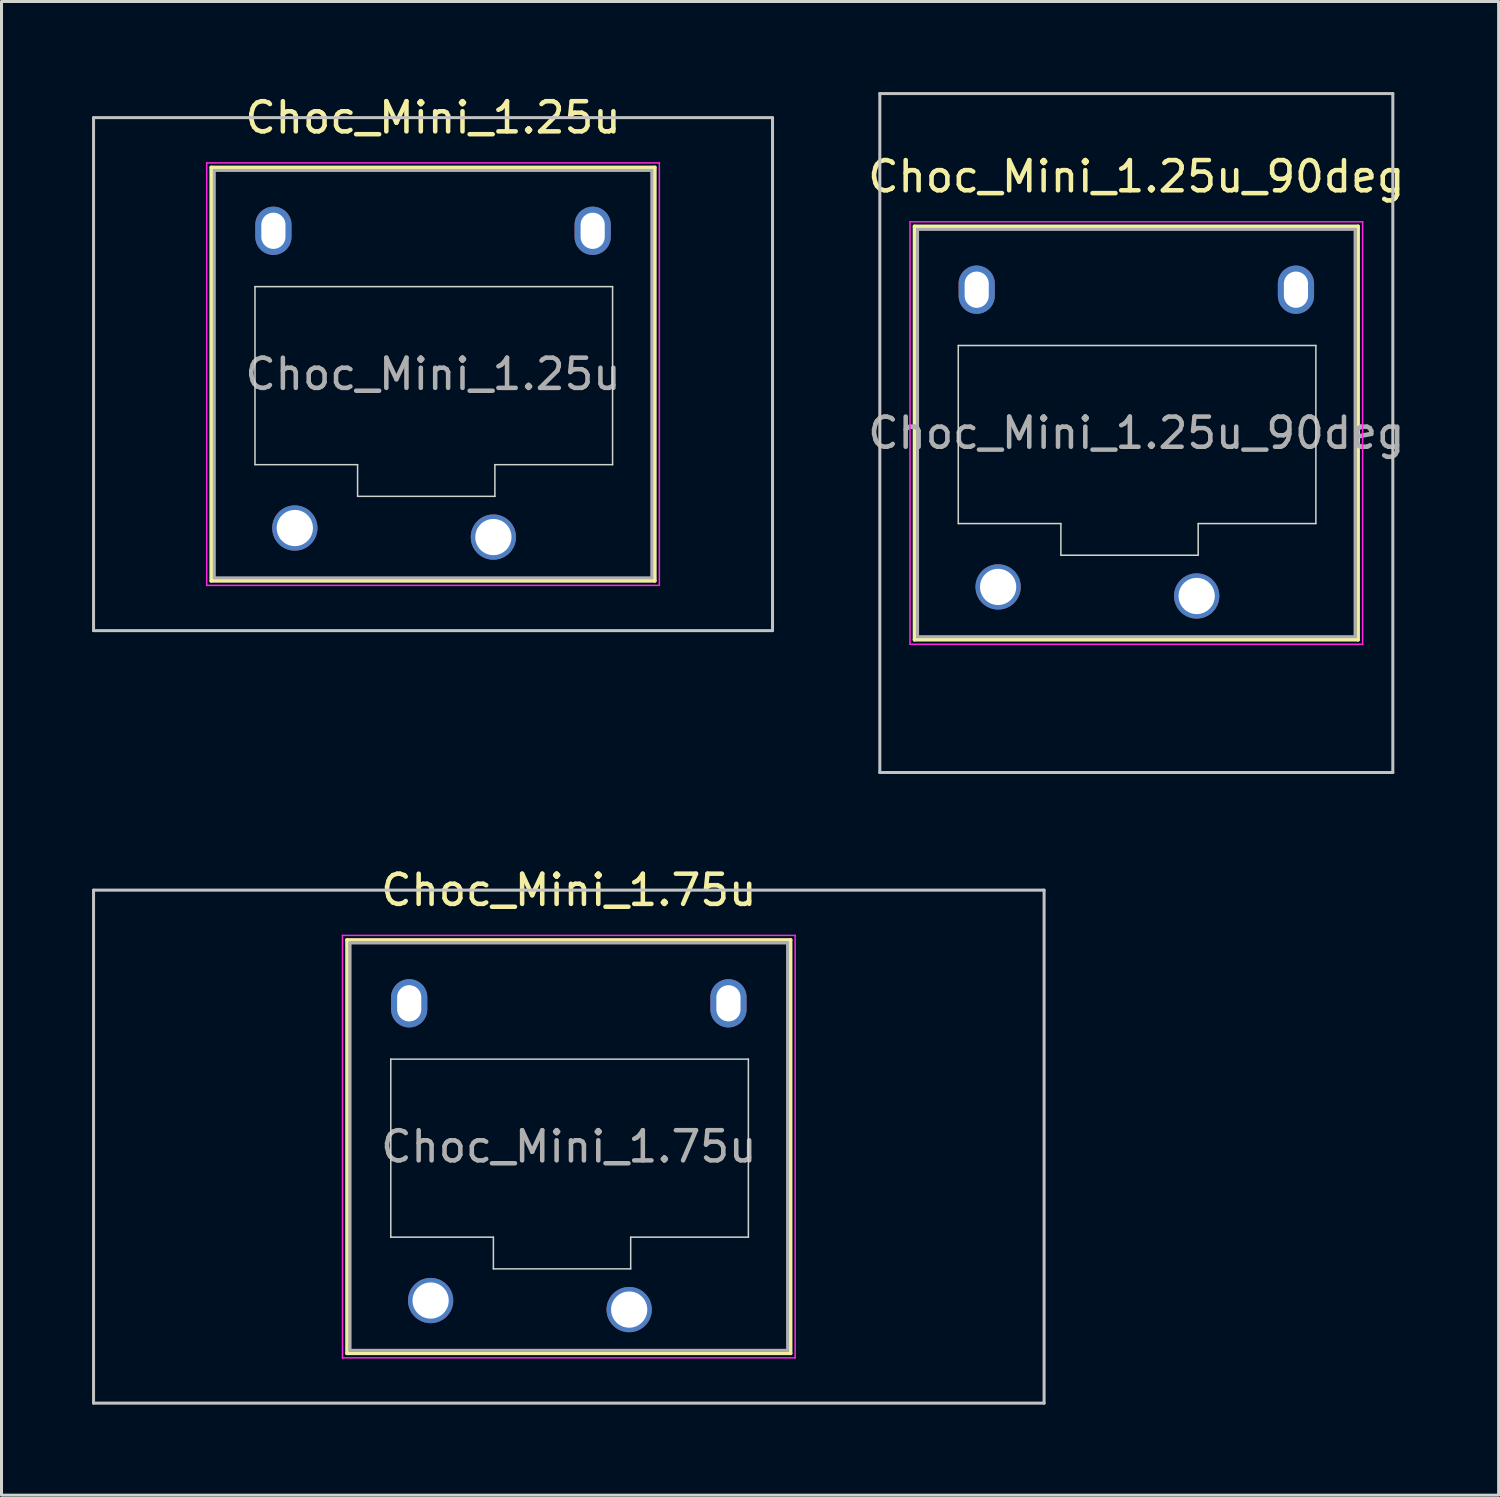
<source format=kicad_pcb>
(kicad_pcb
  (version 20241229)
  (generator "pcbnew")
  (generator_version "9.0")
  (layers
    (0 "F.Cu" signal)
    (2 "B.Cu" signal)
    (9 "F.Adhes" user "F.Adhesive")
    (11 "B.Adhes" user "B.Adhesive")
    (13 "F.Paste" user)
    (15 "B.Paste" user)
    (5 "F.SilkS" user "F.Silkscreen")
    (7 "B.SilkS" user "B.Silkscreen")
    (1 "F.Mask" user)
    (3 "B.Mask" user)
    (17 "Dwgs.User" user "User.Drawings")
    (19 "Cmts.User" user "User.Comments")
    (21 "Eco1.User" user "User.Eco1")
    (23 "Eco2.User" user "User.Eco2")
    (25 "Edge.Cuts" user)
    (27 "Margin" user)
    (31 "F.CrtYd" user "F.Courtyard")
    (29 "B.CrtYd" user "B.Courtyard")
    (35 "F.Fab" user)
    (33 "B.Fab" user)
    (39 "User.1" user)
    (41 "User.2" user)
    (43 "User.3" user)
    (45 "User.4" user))
  (footprint "Choc_Mini_1.25u_90deg"
    (layer "F.Cu")
    (at 34.606 11.3)
    (property "Reference" "Choc_Mini_1.25u_90deg" (at 0 -8.5 0) (layer "F.SilkS") (effects (font (size 1 1) (thickness 0.15))))
    (attr through_hole)
    (fp_line (start -7.35 -6.85) (end -7.35 6.85) (stroke (width 0.12) (type solid)) (layer "F.SilkS"))
    (fp_line (start -7.35 6.85) (end 7.35 6.85) (stroke (width 0.12) (type solid)) (layer "F.SilkS"))
    (fp_line (start 7.35 -6.85) (end -7.35 -6.85) (stroke (width 0.12) (type solid)) (layer "F.SilkS"))
    (fp_line (start 7.35 6.85) (end 7.35 -6.85) (stroke (width 0.12) (type solid)) (layer "F.SilkS"))
    (fp_line (start -8.5 -11.25) (end 8.5 -11.25) (stroke (width 0.1) (type solid)) (layer "Dwgs.User"))
    (fp_line (start -8.5 11.25) (end -8.5 -11.25) (stroke (width 0.1) (type solid)) (layer "Dwgs.User"))
    (fp_line (start 8.5 -11.25) (end 8.5 11.25) (stroke (width 0.1) (type solid)) (layer "Dwgs.User"))
    (fp_line (start 8.5 11.25) (end -8.5 11.25) (stroke (width 0.1) (type solid)) (layer "Dwgs.User"))
    (fp_line (start -6.85 -6.35) (end -6.85 6.35) (stroke (width 0.1) (type solid)) (layer "Eco1.User"))
    (fp_line (start -6.85 6.35) (end 6.85 6.35) (stroke (width 0.1) (type solid)) (layer "Eco1.User"))
    (fp_line (start 6.85 -6.35) (end -6.85 -6.35) (stroke (width 0.1) (type solid)) (layer "Eco1.User"))
    (fp_line (start 6.85 6.35) (end 6.85 -6.35) (stroke (width 0.1) (type solid)) (layer "Eco1.User"))
    (fp_line (start -5.9 -2.9) (end -5.9 3) (stroke (width 0.05) (type solid)) (layer "Edge.Cuts"))
    (fp_line (start -5.9 3) (end -2.5 3) (stroke (width 0.05) (type solid)) (layer "Edge.Cuts"))
    (fp_line (start -2.5 3) (end -2.5 4.05) (stroke (width 0.05) (type solid)) (layer "Edge.Cuts"))
    (fp_line (start -2.5 4.05) (end 2.05 4.05) (stroke (width 0.05) (type solid)) (layer "Edge.Cuts"))
    (fp_line (start 2.05 3) (end 5.95 3) (stroke (width 0.05) (type solid)) (layer "Edge.Cuts"))
    (fp_line (start 2.05 4.05) (end 2.05 3) (stroke (width 0.05) (type solid)) (layer "Edge.Cuts"))
    (fp_line (start 5.95 -2.9) (end -5.9 -2.9) (stroke (width 0.05) (type solid)) (layer "Edge.Cuts"))
    (fp_line (start 5.95 3) (end 5.95 -2.9) (stroke (width 0.05) (type solid)) (layer "Edge.Cuts"))
    (fp_line (start -7.5 -7) (end -7.5 7) (stroke (width 0.05) (type solid)) (layer "F.CrtYd"))
    (fp_line (start -7.5 7) (end 7.5 7) (stroke (width 0.05) (type solid)) (layer "F.CrtYd"))
    (fp_line (start 7.5 -7) (end -7.5 -7) (stroke (width 0.05) (type solid)) (layer "F.CrtYd"))
    (fp_line (start 7.5 7) (end 7.5 -7) (stroke (width 0.05) (type solid)) (layer "F.CrtYd"))
    (fp_line (start -7.25 -6.75) (end -7.25 6.75) (stroke (width 0.1) (type solid)) (layer "F.Fab"))
    (fp_line (start -7.25 6.75) (end 7.25 6.75) (stroke (width 0.1) (type solid)) (layer "F.Fab"))
    (fp_line (start 7.25 -6.75) (end -7.25 -6.75) (stroke (width 0.1) (type solid)) (layer "F.Fab"))
    (fp_line (start 7.25 6.75) (end 7.25 -6.75) (stroke (width 0.1) (type solid)) (layer "F.Fab"))
    (fp_text user "${REFERENCE}" (at 0 0 0) (layer "F.Fab") (effects (font (size 1 1) (thickness 0.15))))
    (pad "" np_thru_hole oval (at -5.29 -4.75) (size 1.2 1.6) (drill oval 0.8 1.2) (layers "*.Cu" "*.Mask"))
    (pad "" np_thru_hole oval (at 5.29 -4.75) (size 1.2 1.6) (drill oval 0.8 1.2) (layers "*.Cu" "*.Mask"))
    (pad "1" thru_hole circle (at 2 5.4) (size 1.5 1.5) (drill 1.2) (layers "*.Cu" "*.Mask"))
    (pad "2" thru_hole circle (at -4.58 5.1) (size 1.5 1.5) (drill 1.2) (layers "*.Cu" "*.Mask")))
  (footprint "Choc_Mini_1.75u"
    (layer "F.Cu")
    (at 15.8 34.948)
    (property "Reference" "Choc_Mini_1.75u" (at 0 -8.5 0) (layer "F.SilkS") (effects (font (size 1 1) (thickness 0.15))))
    (attr through_hole)
    (fp_line (start -7.35 -6.85) (end -7.35 6.85) (stroke (width 0.12) (type solid)) (layer "F.SilkS"))
    (fp_line (start -7.35 6.85) (end 7.35 6.85) (stroke (width 0.12) (type solid)) (layer "F.SilkS"))
    (fp_line (start 7.35 -6.85) (end -7.35 -6.85) (stroke (width 0.12) (type solid)) (layer "F.SilkS"))
    (fp_line (start 7.35 6.85) (end 7.35 -6.85) (stroke (width 0.12) (type solid)) (layer "F.SilkS"))
    (fp_line (start -15.75 -8.5) (end -15.75 8.5) (stroke (width 0.1) (type solid)) (layer "Dwgs.User"))
    (fp_line (start -15.75 8.5) (end 15.75 8.5) (stroke (width 0.1) (type solid)) (layer "Dwgs.User"))
    (fp_line (start 15.75 -8.5) (end -15.75 -8.5) (stroke (width 0.1) (type solid)) (layer "Dwgs.User"))
    (fp_line (start 15.75 8.5) (end 15.75 -8.5) (stroke (width 0.1) (type solid)) (layer "Dwgs.User"))
    (fp_line (start -6.85 -6.35) (end -6.85 6.35) (stroke (width 0.1) (type solid)) (layer "Eco1.User"))
    (fp_line (start -6.85 6.35) (end 6.85 6.35) (stroke (width 0.1) (type solid)) (layer "Eco1.User"))
    (fp_line (start 6.85 -6.35) (end -6.85 -6.35) (stroke (width 0.1) (type solid)) (layer "Eco1.User"))
    (fp_line (start 6.85 6.35) (end 6.85 -6.35) (stroke (width 0.1) (type solid)) (layer "Eco1.User"))
    (fp_line (start -5.9 -2.9) (end -5.9 3) (stroke (width 0.05) (type solid)) (layer "Edge.Cuts"))
    (fp_line (start -5.9 3) (end -2.5 3) (stroke (width 0.05) (type solid)) (layer "Edge.Cuts"))
    (fp_line (start -2.5 3) (end -2.5 4.05) (stroke (width 0.05) (type solid)) (layer "Edge.Cuts"))
    (fp_line (start -2.5 4.05) (end 2.05 4.05) (stroke (width 0.05) (type solid)) (layer "Edge.Cuts"))
    (fp_line (start 2.05 3) (end 5.95 3) (stroke (width 0.05) (type solid)) (layer "Edge.Cuts"))
    (fp_line (start 2.05 4.05) (end 2.05 3) (stroke (width 0.05) (type solid)) (layer "Edge.Cuts"))
    (fp_line (start 5.95 -2.9) (end -5.9 -2.9) (stroke (width 0.05) (type solid)) (layer "Edge.Cuts"))
    (fp_line (start 5.95 3) (end 5.95 -2.9) (stroke (width 0.05) (type solid)) (layer "Edge.Cuts"))
    (fp_line (start -7.5 -7) (end -7.5 7) (stroke (width 0.05) (type solid)) (layer "F.CrtYd"))
    (fp_line (start -7.5 7) (end 7.5 7) (stroke (width 0.05) (type solid)) (layer "F.CrtYd"))
    (fp_line (start 7.5 -7) (end -7.5 -7) (stroke (width 0.05) (type solid)) (layer "F.CrtYd"))
    (fp_line (start 7.5 7) (end 7.5 -7) (stroke (width 0.05) (type solid)) (layer "F.CrtYd"))
    (fp_line (start -7.25 -6.75) (end -7.25 6.75) (stroke (width 0.1) (type solid)) (layer "F.Fab"))
    (fp_line (start -7.25 6.75) (end 7.25 6.75) (stroke (width 0.1) (type solid)) (layer "F.Fab"))
    (fp_line (start 7.25 -6.75) (end -7.25 -6.75) (stroke (width 0.1) (type solid)) (layer "F.Fab"))
    (fp_line (start 7.25 6.75) (end 7.25 -6.75) (stroke (width 0.1) (type solid)) (layer "F.Fab"))
    (fp_text user "${REFERENCE}" (at 0 0 0) (layer "F.Fab") (effects (font (size 1 1) (thickness 0.15))))
    (pad "" np_thru_hole oval (at -5.29 -4.75) (size 1.2 1.6) (drill oval 0.8 1.2) (layers "*.Cu" "*.Mask"))
    (pad "" np_thru_hole oval (at 5.29 -4.75) (size 1.2 1.6) (drill oval 0.8 1.2) (layers "*.Cu" "*.Mask"))
    (pad "1" thru_hole circle (at 2 5.4) (size 1.5 1.5) (drill 1.2) (layers "*.Cu" "*.Mask"))
    (pad "2" thru_hole circle (at -4.58 5.1) (size 1.5 1.5) (drill 1.2) (layers "*.Cu" "*.Mask")))
  (footprint "Choc_Mini_1.25u"
    (layer "F.Cu")
    (at 11.3 9.348)
    (property "Reference" "Choc_Mini_1.25u" (at 0 -8.5 0) (layer "F.SilkS") (effects (font (size 1 1) (thickness 0.15))))
    (attr through_hole)
    (fp_line (start -7.35 -6.85) (end -7.35 6.85) (stroke (width 0.12) (type solid)) (layer "F.SilkS"))
    (fp_line (start -7.35 6.85) (end 7.35 6.85) (stroke (width 0.12) (type solid)) (layer "F.SilkS"))
    (fp_line (start 7.35 -6.85) (end -7.35 -6.85) (stroke (width 0.12) (type solid)) (layer "F.SilkS"))
    (fp_line (start 7.35 6.85) (end 7.35 -6.85) (stroke (width 0.12) (type solid)) (layer "F.SilkS"))
    (fp_line (start -11.25 -8.5) (end -11.25 8.5) (stroke (width 0.1) (type solid)) (layer "Dwgs.User"))
    (fp_line (start -11.25 8.5) (end 11.25 8.5) (stroke (width 0.1) (type solid)) (layer "Dwgs.User"))
    (fp_line (start 11.25 -8.5) (end -11.25 -8.5) (stroke (width 0.1) (type solid)) (layer "Dwgs.User"))
    (fp_line (start 11.25 8.5) (end 11.25 -8.5) (stroke (width 0.1) (type solid)) (layer "Dwgs.User"))
    (fp_line (start -6.85 -6.35) (end -6.85 6.35) (stroke (width 0.1) (type solid)) (layer "Eco1.User"))
    (fp_line (start -6.85 6.35) (end 6.85 6.35) (stroke (width 0.1) (type solid)) (layer "Eco1.User"))
    (fp_line (start 6.85 -6.35) (end -6.85 -6.35) (stroke (width 0.1) (type solid)) (layer "Eco1.User"))
    (fp_line (start 6.85 6.35) (end 6.85 -6.35) (stroke (width 0.1) (type solid)) (layer "Eco1.User"))
    (fp_line (start -5.9 -2.9) (end -5.9 3) (stroke (width 0.05) (type solid)) (layer "Edge.Cuts"))
    (fp_line (start -5.9 3) (end -2.5 3) (stroke (width 0.05) (type solid)) (layer "Edge.Cuts"))
    (fp_line (start -2.5 3) (end -2.5 4.05) (stroke (width 0.05) (type solid)) (layer "Edge.Cuts"))
    (fp_line (start -2.5 4.05) (end 2.05 4.05) (stroke (width 0.05) (type solid)) (layer "Edge.Cuts"))
    (fp_line (start 2.05 3) (end 5.95 3) (stroke (width 0.05) (type solid)) (layer "Edge.Cuts"))
    (fp_line (start 2.05 4.05) (end 2.05 3) (stroke (width 0.05) (type solid)) (layer "Edge.Cuts"))
    (fp_line (start 5.95 -2.9) (end -5.9 -2.9) (stroke (width 0.05) (type solid)) (layer "Edge.Cuts"))
    (fp_line (start 5.95 3) (end 5.95 -2.9) (stroke (width 0.05) (type solid)) (layer "Edge.Cuts"))
    (fp_line (start -7.5 -7) (end -7.5 7) (stroke (width 0.05) (type solid)) (layer "F.CrtYd"))
    (fp_line (start -7.5 7) (end 7.5 7) (stroke (width 0.05) (type solid)) (layer "F.CrtYd"))
    (fp_line (start 7.5 -7) (end -7.5 -7) (stroke (width 0.05) (type solid)) (layer "F.CrtYd"))
    (fp_line (start 7.5 7) (end 7.5 -7) (stroke (width 0.05) (type solid)) (layer "F.CrtYd"))
    (fp_line (start -7.25 -6.75) (end -7.25 6.75) (stroke (width 0.1) (type solid)) (layer "F.Fab"))
    (fp_line (start -7.25 6.75) (end 7.25 6.75) (stroke (width 0.1) (type solid)) (layer "F.Fab"))
    (fp_line (start 7.25 -6.75) (end -7.25 -6.75) (stroke (width 0.1) (type solid)) (layer "F.Fab"))
    (fp_line (start 7.25 6.75) (end 7.25 -6.75) (stroke (width 0.1) (type solid)) (layer "F.Fab"))
    (fp_text user "${REFERENCE}" (at 0 0 0) (layer "F.Fab") (effects (font (size 1 1) (thickness 0.15))))
    (pad "" np_thru_hole oval (at -5.29 -4.75) (size 1.2 1.6) (drill oval 0.8 1.2) (layers "*.Cu" "*.Mask"))
    (pad "" np_thru_hole oval (at 5.29 -4.75) (size 1.2 1.6) (drill oval 0.8 1.2) (layers "*.Cu" "*.Mask"))
    (pad "1" thru_hole circle (at 2 5.4) (size 1.5 1.5) (drill 1.2) (layers "*.Cu" "*.Mask"))
    (pad "2" thru_hole circle (at -4.58 5.1) (size 1.5 1.5) (drill 1.2) (layers "*.Cu" "*.Mask")))
  (gr_rect
    (start -3 -3)
    (end 46.612 46.498)
    (stroke (width 0.1) (type default))
    (fill no)
    (layer "Edge.Cuts")))
</source>
